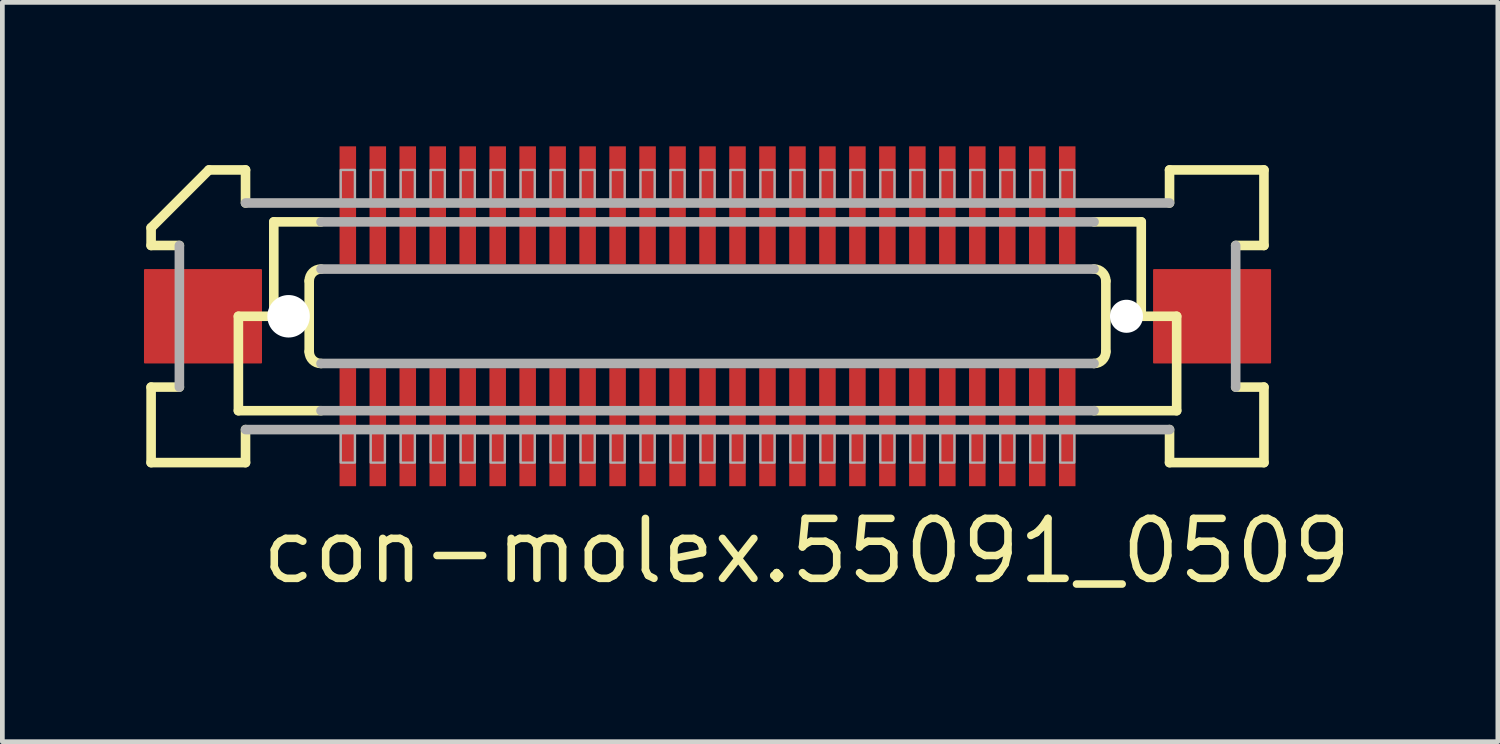
<source format=kicad_pcb>
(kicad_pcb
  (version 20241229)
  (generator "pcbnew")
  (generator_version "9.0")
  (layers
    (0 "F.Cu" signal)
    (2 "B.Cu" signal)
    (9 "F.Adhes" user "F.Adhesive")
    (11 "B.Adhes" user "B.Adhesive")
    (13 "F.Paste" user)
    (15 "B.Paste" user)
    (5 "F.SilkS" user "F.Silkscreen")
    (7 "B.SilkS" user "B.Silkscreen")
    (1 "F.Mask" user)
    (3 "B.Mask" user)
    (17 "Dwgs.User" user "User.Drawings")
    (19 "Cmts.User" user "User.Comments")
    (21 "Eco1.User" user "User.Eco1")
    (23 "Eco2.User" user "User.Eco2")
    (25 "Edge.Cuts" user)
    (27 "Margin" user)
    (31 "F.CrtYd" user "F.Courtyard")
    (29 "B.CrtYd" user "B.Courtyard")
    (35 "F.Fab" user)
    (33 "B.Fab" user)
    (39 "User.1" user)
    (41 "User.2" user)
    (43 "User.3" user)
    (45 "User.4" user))
  (footprint "con-molex.55091_0509"
    (layer "F.Cu")
    (at 11.938 3.65)
    (property "Reference" "con-molex.55091_0509" (at -9.525 5.715 0) (layer "F.SilkS") (effects (font (size 1.27 1.27) (thickness 0.16)) (justify left bottom)))
    (attr smd)
    (fp_rect (start -7.82 -1.075) (end -7.42 -3.625) (stroke (width 0.05) (type default)) (fill yes) (layer "F.Mask"))
    (fp_rect (start -7.82 3.625) (end -7.42 1.075) (stroke (width 0.05) (type default)) (fill yes) (layer "F.Mask"))
    (fp_rect (start -7.185 -1.075) (end -6.785 -3.625) (stroke (width 0.05) (type default)) (fill yes) (layer "F.Mask"))
    (fp_rect (start -7.185 3.625) (end -6.785 1.075) (stroke (width 0.05) (type default)) (fill yes) (layer "F.Mask"))
    (fp_rect (start -6.55 -1.075) (end -6.15 -3.625) (stroke (width 0.05) (type default)) (fill yes) (layer "F.Mask"))
    (fp_rect (start -6.55 3.625) (end -6.15 1.075) (stroke (width 0.05) (type default)) (fill yes) (layer "F.Mask"))
    (fp_rect (start -5.915 -1.075) (end -5.515 -3.625) (stroke (width 0.05) (type default)) (fill yes) (layer "F.Mask"))
    (fp_rect (start -5.915 3.625) (end -5.515 1.075) (stroke (width 0.05) (type default)) (fill yes) (layer "F.Mask"))
    (fp_rect (start -5.28 -1.075) (end -4.88 -3.625) (stroke (width 0.05) (type default)) (fill yes) (layer "F.Mask"))
    (fp_rect (start -5.28 3.625) (end -4.88 1.075) (stroke (width 0.05) (type default)) (fill yes) (layer "F.Mask"))
    (fp_rect (start -4.645 -1.075) (end -4.245 -3.625) (stroke (width 0.05) (type default)) (fill yes) (layer "F.Mask"))
    (fp_rect (start -4.645 3.625) (end -4.245 1.075) (stroke (width 0.05) (type default)) (fill yes) (layer "F.Mask"))
    (fp_rect (start -4.01 -1.075) (end -3.61 -3.625) (stroke (width 0.05) (type default)) (fill yes) (layer "F.Mask"))
    (fp_rect (start -4.01 3.625) (end -3.61 1.075) (stroke (width 0.05) (type default)) (fill yes) (layer "F.Mask"))
    (fp_rect (start -3.375 -1.075) (end -2.975 -3.625) (stroke (width 0.05) (type default)) (fill yes) (layer "F.Mask"))
    (fp_rect (start -3.375 3.625) (end -2.975 1.075) (stroke (width 0.05) (type default)) (fill yes) (layer "F.Mask"))
    (fp_rect (start -2.74 -1.075) (end -2.34 -3.625) (stroke (width 0.05) (type default)) (fill yes) (layer "F.Mask"))
    (fp_rect (start -2.74 3.625) (end -2.34 1.075) (stroke (width 0.05) (type default)) (fill yes) (layer "F.Mask"))
    (fp_rect (start -2.105 -1.075) (end -1.705 -3.625) (stroke (width 0.05) (type default)) (fill yes) (layer "F.Mask"))
    (fp_rect (start -2.105 3.625) (end -1.705 1.075) (stroke (width 0.05) (type default)) (fill yes) (layer "F.Mask"))
    (fp_rect (start -1.47 -1.075) (end -1.07 -3.625) (stroke (width 0.05) (type default)) (fill yes) (layer "F.Mask"))
    (fp_rect (start -1.47 3.625) (end -1.07 1.075) (stroke (width 0.05) (type default)) (fill yes) (layer "F.Mask"))
    (fp_rect (start -0.835 -1.075) (end -0.435 -3.625) (stroke (width 0.05) (type default)) (fill yes) (layer "F.Mask"))
    (fp_rect (start -0.835 3.625) (end -0.435 1.075) (stroke (width 0.05) (type default)) (fill yes) (layer "F.Mask"))
    (fp_rect (start -0.2 -1.075) (end 0.2 -3.625) (stroke (width 0.05) (type default)) (fill yes) (layer "F.Mask"))
    (fp_rect (start -0.2 3.625) (end 0.2 1.075) (stroke (width 0.05) (type default)) (fill yes) (layer "F.Mask"))
    (fp_rect (start 0.435 -1.075) (end 0.835 -3.625) (stroke (width 0.05) (type default)) (fill yes) (layer "F.Mask"))
    (fp_rect (start 0.435 3.625) (end 0.835 1.075) (stroke (width 0.05) (type default)) (fill yes) (layer "F.Mask"))
    (fp_rect (start 1.07 -1.075) (end 1.47 -3.625) (stroke (width 0.05) (type default)) (fill yes) (layer "F.Mask"))
    (fp_rect (start 1.07 3.625) (end 1.47 1.075) (stroke (width 0.05) (type default)) (fill yes) (layer "F.Mask"))
    (fp_rect (start 1.705 -1.075) (end 2.105 -3.625) (stroke (width 0.05) (type default)) (fill yes) (layer "F.Mask"))
    (fp_rect (start 1.705 3.625) (end 2.105 1.075) (stroke (width 0.05) (type default)) (fill yes) (layer "F.Mask"))
    (fp_rect (start 2.34 -1.075) (end 2.74 -3.625) (stroke (width 0.05) (type default)) (fill yes) (layer "F.Mask"))
    (fp_rect (start 2.34 3.625) (end 2.74 1.075) (stroke (width 0.05) (type default)) (fill yes) (layer "F.Mask"))
    (fp_rect (start 2.975 -1.075) (end 3.375 -3.625) (stroke (width 0.05) (type default)) (fill yes) (layer "F.Mask"))
    (fp_rect (start 2.975 3.625) (end 3.375 1.075) (stroke (width 0.05) (type default)) (fill yes) (layer "F.Mask"))
    (fp_rect (start 3.61 -1.075) (end 4.01 -3.625) (stroke (width 0.05) (type default)) (fill yes) (layer "F.Mask"))
    (fp_rect (start 3.61 3.625) (end 4.01 1.075) (stroke (width 0.05) (type default)) (fill yes) (layer "F.Mask"))
    (fp_rect (start 4.245 -1.075) (end 4.645 -3.625) (stroke (width 0.05) (type default)) (fill yes) (layer "F.Mask"))
    (fp_rect (start 4.245 3.625) (end 4.645 1.075) (stroke (width 0.05) (type default)) (fill yes) (layer "F.Mask"))
    (fp_rect (start 4.88 -1.075) (end 5.28 -3.625) (stroke (width 0.05) (type default)) (fill yes) (layer "F.Mask"))
    (fp_rect (start 4.88 3.625) (end 5.28 1.075) (stroke (width 0.05) (type default)) (fill yes) (layer "F.Mask"))
    (fp_rect (start 5.515 -1.075) (end 5.915 -3.625) (stroke (width 0.05) (type default)) (fill yes) (layer "F.Mask"))
    (fp_rect (start 5.515 3.625) (end 5.915 1.075) (stroke (width 0.05) (type default)) (fill yes) (layer "F.Mask"))
    (fp_rect (start 6.15 -1.075) (end 6.55 -3.625) (stroke (width 0.05) (type default)) (fill yes) (layer "F.Mask"))
    (fp_rect (start 6.15 3.625) (end 6.55 1.075) (stroke (width 0.05) (type default)) (fill yes) (layer "F.Mask"))
    (fp_rect (start 6.785 -1.075) (end 7.185 -3.625) (stroke (width 0.05) (type default)) (fill yes) (layer "F.Mask"))
    (fp_rect (start 6.785 3.625) (end 7.185 1.075) (stroke (width 0.05) (type default)) (fill yes) (layer "F.Mask"))
    (fp_rect (start 7.42 -1.075) (end 7.82 -3.625) (stroke (width 0.05) (type default)) (fill yes) (layer "F.Mask"))
    (fp_rect (start 7.42 3.625) (end 7.82 1.075) (stroke (width 0.05) (type default)) (fill yes) (layer "F.Mask"))
    (fp_line (start -11.787 -1.5) (end -11.787 -1.875) (stroke (width 0.203) (type default)) (layer "F.SilkS"))
    (fp_line (start -11.787 1.5) (end -11.188 1.5) (stroke (width 0.203) (type default)) (layer "F.SilkS"))
    (fp_line (start -11.787 3.1) (end -11.787 1.5) (stroke (width 0.203) (type default)) (layer "F.SilkS"))
    (fp_line (start -11.188 -1.5) (end -11.787 -1.5) (stroke (width 0.203) (type default)) (layer "F.SilkS"))
    (fp_line (start -10.562 -3.1) (end -11.787 -1.875) (stroke (width 0.203) (type default)) (layer "F.SilkS"))
    (fp_line (start -10.562 -3.1) (end -9.787 -3.1) (stroke (width 0.203) (type default)) (layer "F.SilkS"))
    (fp_line (start -9.938 0) (end -9.938 2) (stroke (width 0.203) (type default)) (layer "F.SilkS"))
    (fp_line (start -9.938 2) (end -8.188 2) (stroke (width 0.203) (type default)) (layer "F.SilkS"))
    (fp_line (start -9.787 -3.1) (end -9.787 -2.4) (stroke (width 0.203) (type default)) (layer "F.SilkS"))
    (fp_line (start -9.787 2.4) (end -9.787 3.1) (stroke (width 0.203) (type default)) (layer "F.SilkS"))
    (fp_line (start -9.787 3.1) (end -11.787 3.1) (stroke (width 0.203) (type default)) (layer "F.SilkS"))
    (fp_line (start -9.188 -2) (end -9.188 0) (stroke (width 0.203) (type default)) (layer "F.SilkS"))
    (fp_line (start -9.188 0) (end -9.938 0) (stroke (width 0.203) (type default)) (layer "F.SilkS"))
    (fp_line (start -8.438 0.75) (end -8.438 -0.75) (stroke (width 0.203) (type default)) (layer "F.SilkS"))
    (fp_line (start -8.188 -2) (end -9.188 -2) (stroke (width 0.203) (type default)) (layer "F.SilkS"))
    (fp_line (start 8.188 2) (end 9.938 2) (stroke (width 0.203) (type default)) (layer "F.SilkS"))
    (fp_line (start 8.438 -0.75) (end 8.438 0.75) (stroke (width 0.203) (type default)) (layer "F.SilkS"))
    (fp_line (start 9.188 -2) (end 8.188 -2) (stroke (width 0.203) (type default)) (layer "F.SilkS"))
    (fp_line (start 9.188 -2) (end 9.188 0) (stroke (width 0.203) (type default)) (layer "F.SilkS"))
    (fp_line (start 9.787 -3.1) (end 11.787 -3.1) (stroke (width 0.203) (type default)) (layer "F.SilkS"))
    (fp_line (start 9.787 -2.4) (end 9.787 -3.1) (stroke (width 0.203) (type default)) (layer "F.SilkS"))
    (fp_line (start 9.787 3.1) (end 9.787 2.4) (stroke (width 0.203) (type default)) (layer "F.SilkS"))
    (fp_line (start 9.938 0) (end 9.188 0) (stroke (width 0.203) (type default)) (layer "F.SilkS"))
    (fp_line (start 9.938 0) (end 9.938 2) (stroke (width 0.203) (type default)) (layer "F.SilkS"))
    (fp_line (start 11.188 1.5) (end 11.787 1.5) (stroke (width 0.203) (type default)) (layer "F.SilkS"))
    (fp_line (start 11.787 -3.1) (end 11.787 -1.5) (stroke (width 0.203) (type default)) (layer "F.SilkS"))
    (fp_line (start 11.787 -1.5) (end 11.188 -1.5) (stroke (width 0.203) (type default)) (layer "F.SilkS"))
    (fp_line (start 11.787 1.5) (end 11.787 3.1) (stroke (width 0.203) (type default)) (layer "F.SilkS"))
    (fp_line (start 11.787 3.1) (end 9.787 3.1) (stroke (width 0.203) (type default)) (layer "F.SilkS"))
    (fp_arc (start -8.4375 -0.75) (mid -8.364277 -0.926777) (end -8.1875 -1) (stroke (width 0.2032) (type default)) (layer "F.SilkS"))
    (fp_arc (start -8.1875 1) (mid -8.364277 0.926777) (end -8.4375 0.75) (stroke (width 0.2032) (type default)) (layer "F.SilkS"))
    (fp_arc (start 8.1875 -1) (mid 8.364277 -0.926777) (end 8.4375 -0.75) (stroke (width 0.2032) (type default)) (layer "F.SilkS"))
    (fp_arc (start 8.4375 0.75) (mid 8.364277 0.926777) (end 8.1875 1) (stroke (width 0.2032) (type default)) (layer "F.SilkS"))
    (fp_line (start -11.188 1.5) (end -11.188 -1.5) (stroke (width 0.203) (type default)) (layer "F.Fab"))
    (fp_line (start -9.787 -2.4) (end 9.787 -2.4) (stroke (width 0.203) (type default)) (layer "F.Fab"))
    (fp_line (start -8.188 -1) (end 8.188 -1) (stroke (width 0.203) (type default)) (layer "F.Fab"))
    (fp_line (start -8.188 2) (end 8.188 2) (stroke (width 0.203) (type default)) (layer "F.Fab"))
    (fp_line (start 8.188 -2) (end -8.188 -2) (stroke (width 0.203) (type default)) (layer "F.Fab"))
    (fp_line (start 8.188 1) (end -8.188 1) (stroke (width 0.203) (type default)) (layer "F.Fab"))
    (fp_line (start 9.787 2.4) (end -9.787 2.4) (stroke (width 0.203) (type default)) (layer "F.Fab"))
    (fp_line (start 11.188 -1.5) (end 11.188 1.5) (stroke (width 0.203) (type default)) (layer "F.Fab"))
    (fp_rect (start -7.77 -2.375) (end -7.47 -3.1) (stroke (width 0.05) (type default)) (fill no) (layer "F.Fab"))
    (fp_rect (start -7.77 3.1) (end -7.47 2.375) (stroke (width 0.05) (type default)) (fill no) (layer "F.Fab"))
    (fp_rect (start -7.135 -2.375) (end -6.835 -3.1) (stroke (width 0.05) (type default)) (fill no) (layer "F.Fab"))
    (fp_rect (start -7.135 3.1) (end -6.835 2.375) (stroke (width 0.05) (type default)) (fill no) (layer "F.Fab"))
    (fp_rect (start -6.5 -2.375) (end -6.2 -3.1) (stroke (width 0.05) (type default)) (fill no) (layer "F.Fab"))
    (fp_rect (start -6.5 3.1) (end -6.2 2.375) (stroke (width 0.05) (type default)) (fill no) (layer "F.Fab"))
    (fp_rect (start -5.865 -2.375) (end -5.565 -3.1) (stroke (width 0.05) (type default)) (fill no) (layer "F.Fab"))
    (fp_rect (start -5.865 3.1) (end -5.565 2.375) (stroke (width 0.05) (type default)) (fill no) (layer "F.Fab"))
    (fp_rect (start -5.23 -2.375) (end -4.93 -3.1) (stroke (width 0.05) (type default)) (fill no) (layer "F.Fab"))
    (fp_rect (start -5.23 3.1) (end -4.93 2.375) (stroke (width 0.05) (type default)) (fill no) (layer "F.Fab"))
    (fp_rect (start -4.595 -2.375) (end -4.295 -3.1) (stroke (width 0.05) (type default)) (fill no) (layer "F.Fab"))
    (fp_rect (start -4.595 3.1) (end -4.295 2.375) (stroke (width 0.05) (type default)) (fill no) (layer "F.Fab"))
    (fp_rect (start -3.96 -2.375) (end -3.66 -3.1) (stroke (width 0.05) (type default)) (fill no) (layer "F.Fab"))
    (fp_rect (start -3.96 3.1) (end -3.66 2.375) (stroke (width 0.05) (type default)) (fill no) (layer "F.Fab"))
    (fp_rect (start -3.325 -2.375) (end -3.025 -3.1) (stroke (width 0.05) (type default)) (fill no) (layer "F.Fab"))
    (fp_rect (start -3.325 3.1) (end -3.025 2.375) (stroke (width 0.05) (type default)) (fill no) (layer "F.Fab"))
    (fp_rect (start -2.69 -2.375) (end -2.39 -3.1) (stroke (width 0.05) (type default)) (fill no) (layer "F.Fab"))
    (fp_rect (start -2.69 3.1) (end -2.39 2.375) (stroke (width 0.05) (type default)) (fill no) (layer "F.Fab"))
    (fp_rect (start -2.055 -2.375) (end -1.755 -3.1) (stroke (width 0.05) (type default)) (fill no) (layer "F.Fab"))
    (fp_rect (start -2.055 3.1) (end -1.755 2.375) (stroke (width 0.05) (type default)) (fill no) (layer "F.Fab"))
    (fp_rect (start -1.42 -2.375) (end -1.12 -3.1) (stroke (width 0.05) (type default)) (fill no) (layer "F.Fab"))
    (fp_rect (start -1.42 3.1) (end -1.12 2.375) (stroke (width 0.05) (type default)) (fill no) (layer "F.Fab"))
    (fp_rect (start -0.785 -2.375) (end -0.485 -3.1) (stroke (width 0.05) (type default)) (fill no) (layer "F.Fab"))
    (fp_rect (start -0.785 3.1) (end -0.485 2.375) (stroke (width 0.05) (type default)) (fill no) (layer "F.Fab"))
    (fp_rect (start -0.15 -2.375) (end 0.15 -3.1) (stroke (width 0.05) (type default)) (fill no) (layer "F.Fab"))
    (fp_rect (start -0.15 3.1) (end 0.15 2.375) (stroke (width 0.05) (type default)) (fill no) (layer "F.Fab"))
    (fp_rect (start 0.485 -2.375) (end 0.785 -3.1) (stroke (width 0.05) (type default)) (fill no) (layer "F.Fab"))
    (fp_rect (start 0.485 3.1) (end 0.785 2.375) (stroke (width 0.05) (type default)) (fill no) (layer "F.Fab"))
    (fp_rect (start 1.12 -2.375) (end 1.42 -3.1) (stroke (width 0.05) (type default)) (fill no) (layer "F.Fab"))
    (fp_rect (start 1.12 3.1) (end 1.42 2.375) (stroke (width 0.05) (type default)) (fill no) (layer "F.Fab"))
    (fp_rect (start 1.755 -2.375) (end 2.055 -3.1) (stroke (width 0.05) (type default)) (fill no) (layer "F.Fab"))
    (fp_rect (start 1.755 3.1) (end 2.055 2.375) (stroke (width 0.05) (type default)) (fill no) (layer "F.Fab"))
    (fp_rect (start 2.39 -2.375) (end 2.69 -3.1) (stroke (width 0.05) (type default)) (fill no) (layer "F.Fab"))
    (fp_rect (start 2.39 3.1) (end 2.69 2.375) (stroke (width 0.05) (type default)) (fill no) (layer "F.Fab"))
    (fp_rect (start 3.025 -2.375) (end 3.325 -3.1) (stroke (width 0.05) (type default)) (fill no) (layer "F.Fab"))
    (fp_rect (start 3.025 3.1) (end 3.325 2.375) (stroke (width 0.05) (type default)) (fill no) (layer "F.Fab"))
    (fp_rect (start 3.66 -2.375) (end 3.96 -3.1) (stroke (width 0.05) (type default)) (fill no) (layer "F.Fab"))
    (fp_rect (start 3.66 3.1) (end 3.96 2.375) (stroke (width 0.05) (type default)) (fill no) (layer "F.Fab"))
    (fp_rect (start 4.295 -2.375) (end 4.595 -3.1) (stroke (width 0.05) (type default)) (fill no) (layer "F.Fab"))
    (fp_rect (start 4.295 3.1) (end 4.595 2.375) (stroke (width 0.05) (type default)) (fill no) (layer "F.Fab"))
    (fp_rect (start 4.93 -2.375) (end 5.23 -3.1) (stroke (width 0.05) (type default)) (fill no) (layer "F.Fab"))
    (fp_rect (start 4.93 3.1) (end 5.23 2.375) (stroke (width 0.05) (type default)) (fill no) (layer "F.Fab"))
    (fp_rect (start 5.565 -2.375) (end 5.865 -3.1) (stroke (width 0.05) (type default)) (fill no) (layer "F.Fab"))
    (fp_rect (start 5.565 3.1) (end 5.865 2.375) (stroke (width 0.05) (type default)) (fill no) (layer "F.Fab"))
    (fp_rect (start 6.2 -2.375) (end 6.5 -3.1) (stroke (width 0.05) (type default)) (fill no) (layer "F.Fab"))
    (fp_rect (start 6.2 3.1) (end 6.5 2.375) (stroke (width 0.05) (type default)) (fill no) (layer "F.Fab"))
    (fp_rect (start 6.835 -2.375) (end 7.135 -3.1) (stroke (width 0.05) (type default)) (fill no) (layer "F.Fab"))
    (fp_rect (start 6.835 3.1) (end 7.135 2.375) (stroke (width 0.05) (type default)) (fill no) (layer "F.Fab"))
    (fp_rect (start 7.47 -2.375) (end 7.77 -3.1) (stroke (width 0.05) (type default)) (fill no) (layer "F.Fab"))
    (fp_rect (start 7.47 3.1) (end 7.77 2.375) (stroke (width 0.05) (type default)) (fill no) (layer "F.Fab"))
    (pad "" np_thru_hole circle (at -8.875 0) (size 0.9 0.9) (drill 0.9) (layers "*.Cu" "*.Mask"))
    (pad "" np_thru_hole circle (at 8.875 0) (size 0.7 0.7) (drill 0.7) (layers "*.Cu" "*.Mask"))
    (pad "1" smd roundrect (at -7.62 -2.35) (size 0.35 2.5) (layers "F.Cu" "F.Mask" "F.Paste") (roundrect_rratio 0.01))
    (pad "2" smd roundrect (at -7.62 2.35 180) (size 0.35 2.5) (layers "F.Cu" "F.Mask" "F.Paste") (roundrect_rratio 0.01))
    (pad "3" smd roundrect (at -6.985 -2.35) (size 0.35 2.5) (layers "F.Cu" "F.Mask" "F.Paste") (roundrect_rratio 0.01))
    (pad "4" smd roundrect (at -6.985 2.35 180) (size 0.35 2.5) (layers "F.Cu" "F.Mask" "F.Paste") (roundrect_rratio 0.01))
    (pad "5" smd roundrect (at -6.35 -2.35) (size 0.35 2.5) (layers "F.Cu" "F.Mask" "F.Paste") (roundrect_rratio 0.01))
    (pad "6" smd roundrect (at -6.35 2.35 180) (size 0.35 2.5) (layers "F.Cu" "F.Mask" "F.Paste") (roundrect_rratio 0.01))
    (pad "7" smd roundrect (at -5.715 -2.35) (size 0.35 2.5) (layers "F.Cu" "F.Mask" "F.Paste") (roundrect_rratio 0.01))
    (pad "8" smd roundrect (at -5.715 2.35 180) (size 0.35 2.5) (layers "F.Cu" "F.Mask" "F.Paste") (roundrect_rratio 0.01))
    (pad "9" smd roundrect (at -5.08 -2.35) (size 0.35 2.5) (layers "F.Cu" "F.Mask" "F.Paste") (roundrect_rratio 0.01))
    (pad "10" smd roundrect (at -5.08 2.35 180) (size 0.35 2.5) (layers "F.Cu" "F.Mask" "F.Paste") (roundrect_rratio 0.01))
    (pad "11" smd roundrect (at -4.445 -2.35) (size 0.35 2.5) (layers "F.Cu" "F.Mask" "F.Paste") (roundrect_rratio 0.01))
    (pad "12" smd roundrect (at -4.445 2.35 180) (size 0.35 2.5) (layers "F.Cu" "F.Mask" "F.Paste") (roundrect_rratio 0.01))
    (pad "13" smd roundrect (at -3.81 -2.35) (size 0.35 2.5) (layers "F.Cu" "F.Mask" "F.Paste") (roundrect_rratio 0.01))
    (pad "14" smd roundrect (at -3.81 2.35 180) (size 0.35 2.5) (layers "F.Cu" "F.Mask" "F.Paste") (roundrect_rratio 0.01))
    (pad "15" smd roundrect (at -3.175 -2.35) (size 0.35 2.5) (layers "F.Cu" "F.Mask" "F.Paste") (roundrect_rratio 0.01))
    (pad "16" smd roundrect (at -3.175 2.35 180) (size 0.35 2.5) (layers "F.Cu" "F.Mask" "F.Paste") (roundrect_rratio 0.01))
    (pad "17" smd roundrect (at -2.54 -2.35) (size 0.35 2.5) (layers "F.Cu" "F.Mask" "F.Paste") (roundrect_rratio 0.01))
    (pad "18" smd roundrect (at -2.54 2.35 180) (size 0.35 2.5) (layers "F.Cu" "F.Mask" "F.Paste") (roundrect_rratio 0.01))
    (pad "19" smd roundrect (at -1.905 -2.35) (size 0.35 2.5) (layers "F.Cu" "F.Mask" "F.Paste") (roundrect_rratio 0.01))
    (pad "20" smd roundrect (at -1.905 2.35 180) (size 0.35 2.5) (layers "F.Cu" "F.Mask" "F.Paste") (roundrect_rratio 0.01))
    (pad "21" smd roundrect (at -1.27 -2.35) (size 0.35 2.5) (layers "F.Cu" "F.Mask" "F.Paste") (roundrect_rratio 0.01))
    (pad "22" smd roundrect (at -1.27 2.35 180) (size 0.35 2.5) (layers "F.Cu" "F.Mask" "F.Paste") (roundrect_rratio 0.01))
    (pad "23" smd roundrect (at -0.635 -2.35) (size 0.35 2.5) (layers "F.Cu" "F.Mask" "F.Paste") (roundrect_rratio 0.01))
    (pad "24" smd roundrect (at -0.635 2.35 180) (size 0.35 2.5) (layers "F.Cu" "F.Mask" "F.Paste") (roundrect_rratio 0.01))
    (pad "25" smd roundrect (at 0 -2.35) (size 0.35 2.5) (layers "F.Cu" "F.Mask" "F.Paste") (roundrect_rratio 0.01))
    (pad "26" smd roundrect (at 0 2.35 180) (size 0.35 2.5) (layers "F.Cu" "F.Mask" "F.Paste") (roundrect_rratio 0.01))
    (pad "27" smd roundrect (at 0.635 -2.35) (size 0.35 2.5) (layers "F.Cu" "F.Mask" "F.Paste") (roundrect_rratio 0.01))
    (pad "28" smd roundrect (at 0.635 2.35 180) (size 0.35 2.5) (layers "F.Cu" "F.Mask" "F.Paste") (roundrect_rratio 0.01))
    (pad "29" smd roundrect (at 1.27 -2.35) (size 0.35 2.5) (layers "F.Cu" "F.Mask" "F.Paste") (roundrect_rratio 0.01))
    (pad "30" smd roundrect (at 1.27 2.35 180) (size 0.35 2.5) (layers "F.Cu" "F.Mask" "F.Paste") (roundrect_rratio 0.01))
    (pad "31" smd roundrect (at 1.905 -2.35) (size 0.35 2.5) (layers "F.Cu" "F.Mask" "F.Paste") (roundrect_rratio 0.01))
    (pad "32" smd roundrect (at 1.905 2.35 180) (size 0.35 2.5) (layers "F.Cu" "F.Mask" "F.Paste") (roundrect_rratio 0.01))
    (pad "33" smd roundrect (at 2.54 -2.35) (size 0.35 2.5) (layers "F.Cu" "F.Mask" "F.Paste") (roundrect_rratio 0.01))
    (pad "34" smd roundrect (at 2.54 2.35 180) (size 0.35 2.5) (layers "F.Cu" "F.Mask" "F.Paste") (roundrect_rratio 0.01))
    (pad "35" smd roundrect (at 3.175 -2.35) (size 0.35 2.5) (layers "F.Cu" "F.Mask" "F.Paste") (roundrect_rratio 0.01))
    (pad "36" smd roundrect (at 3.175 2.35 180) (size 0.35 2.5) (layers "F.Cu" "F.Mask" "F.Paste") (roundrect_rratio 0.01))
    (pad "37" smd roundrect (at 3.81 -2.35) (size 0.35 2.5) (layers "F.Cu" "F.Mask" "F.Paste") (roundrect_rratio 0.01))
    (pad "38" smd roundrect (at 3.81 2.35 180) (size 0.35 2.5) (layers "F.Cu" "F.Mask" "F.Paste") (roundrect_rratio 0.01))
    (pad "39" smd roundrect (at 4.445 -2.35) (size 0.35 2.5) (layers "F.Cu" "F.Mask" "F.Paste") (roundrect_rratio 0.01))
    (pad "40" smd roundrect (at 4.445 2.35 180) (size 0.35 2.5) (layers "F.Cu" "F.Mask" "F.Paste") (roundrect_rratio 0.01))
    (pad "41" smd roundrect (at 5.08 -2.35) (size 0.35 2.5) (layers "F.Cu" "F.Mask" "F.Paste") (roundrect_rratio 0.01))
    (pad "42" smd roundrect (at 5.08 2.35 180) (size 0.35 2.5) (layers "F.Cu" "F.Mask" "F.Paste") (roundrect_rratio 0.01))
    (pad "43" smd roundrect (at 5.715 -2.35) (size 0.35 2.5) (layers "F.Cu" "F.Mask" "F.Paste") (roundrect_rratio 0.01))
    (pad "44" smd roundrect (at 5.715 2.35 180) (size 0.35 2.5) (layers "F.Cu" "F.Mask" "F.Paste") (roundrect_rratio 0.01))
    (pad "45" smd roundrect (at 6.35 -2.35) (size 0.35 2.5) (layers "F.Cu" "F.Mask" "F.Paste") (roundrect_rratio 0.01))
    (pad "46" smd roundrect (at 6.35 2.35 180) (size 0.35 2.5) (layers "F.Cu" "F.Mask" "F.Paste") (roundrect_rratio 0.01))
    (pad "47" smd roundrect (at 6.985 -2.35) (size 0.35 2.5) (layers "F.Cu" "F.Mask" "F.Paste") (roundrect_rratio 0.01))
    (pad "48" smd roundrect (at 6.985 2.35 180) (size 0.35 2.5) (layers "F.Cu" "F.Mask" "F.Paste") (roundrect_rratio 0.01))
    (pad "49" smd roundrect (at 7.62 -2.35) (size 0.35 2.5) (layers "F.Cu" "F.Mask" "F.Paste") (roundrect_rratio 0.01))
    (pad "50" smd roundrect (at 7.62 2.35 180) (size 0.35 2.5) (layers "F.Cu" "F.Mask" "F.Paste") (roundrect_rratio 0.01))
    (pad "M1" smd roundrect (at -10.688 0) (size 2.5 2) (layers "F.Cu" "F.Mask" "F.Paste") (roundrect_rratio 0.01))
    (pad "M2" smd roundrect (at 10.688 0 180) (size 2.5 2) (layers "F.Cu" "F.Mask" "F.Paste") (roundrect_rratio 0.01)))
  (gr_rect
    (start -3 -3)
    (end 28.68 12.662)
    (stroke (width 0.1) (type default))
    (fill no)
    (layer "Edge.Cuts")))
</source>
